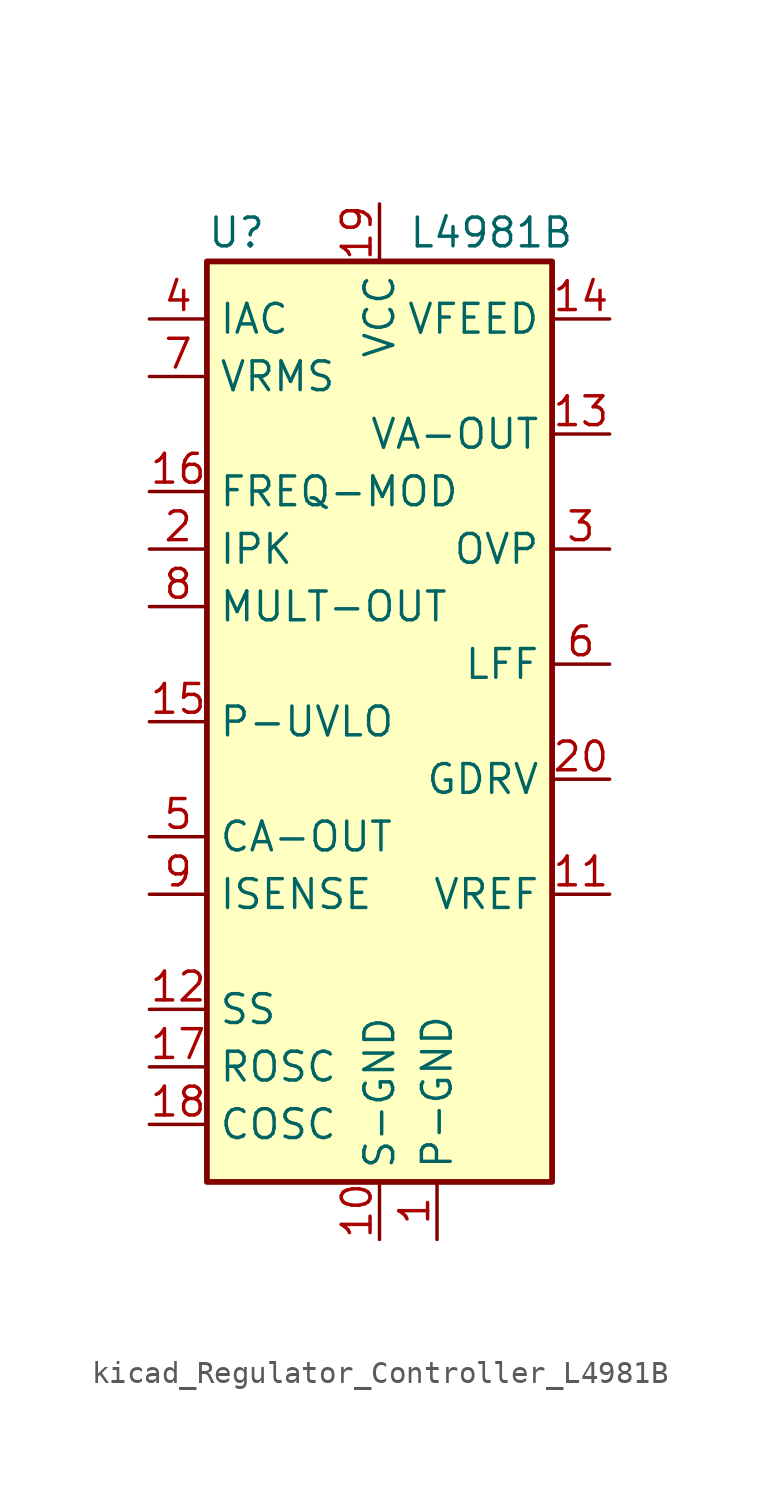
<source format=kicad_sym>
(kicad_symbol_lib
  (version 20220914)
  (generator kicad_symbol_editor)
  (symbol "kicad_Regulator_Controller_L4981B"
    (property "Reference" "U"
      (at -7.62 21.59 0)
      (effects (font (size 1.27 1.27)) (justify left)))
    (property "Value" "L4981B"
      (at 1.27 21.59 0)
      (effects (font (size 1.27 1.27)) (justify left)))
    (symbol "kicad_Regulator_Controller_L4981B_0_0"
      (rectangle (start -7.62 20.32) (end 7.62 -20.32) (stroke (width 0.254) (type default)) (fill (type background))))
    (symbol "kicad_Regulator_Controller_L4981B_1_1"
      (pin power_in line (at 2.54 -22.86 90) (length 2.54) (name "P-GND" (effects (font (size 1.27 1.27)))) (number "1" (effects (font (size 1.27 1.27)))))
      (pin power_in line (at 0 -22.86 90) (length 2.54) (name "S-GND" (effects (font (size 1.27 1.27)))) (number "10" (effects (font (size 1.27 1.27)))))
      (pin output line (at 10.16 -7.62 180) (length 2.54) (name "VREF" (effects (font (size 1.27 1.27)))) (number "11" (effects (font (size 1.27 1.27)))))
      (pin passive line (at -10.16 -12.7 0) (length 2.54) (name "SS" (effects (font (size 1.27 1.27)))) (number "12" (effects (font (size 1.27 1.27)))))
      (pin output line (at 10.16 12.7 180) (length 2.54) (name "VA-OUT" (effects (font (size 1.27 1.27)))) (number "13" (effects (font (size 1.27 1.27)))))
      (pin input line (at 10.16 17.78 180) (length 2.54) (name "VFEED" (effects (font (size 1.27 1.27)))) (number "14" (effects (font (size 1.27 1.27)))))
      (pin input line (at -10.16 0 0) (length 2.54) (name "P-UVLO" (effects (font (size 1.27 1.27)))) (number "15" (effects (font (size 1.27 1.27)))))
      (pin input line (at -10.16 10.16 0) (length 2.54) (name "FREQ-MOD" (effects (font (size 1.27 1.27)))) (number "16" (effects (font (size 1.27 1.27)))))
      (pin passive line (at -10.16 -15.24 0) (length 2.54) (name "ROSC" (effects (font (size 1.27 1.27)))) (number "17" (effects (font (size 1.27 1.27)))))
      (pin passive line (at -10.16 -17.78 0) (length 2.54) (name "COSC" (effects (font (size 1.27 1.27)))) (number "18" (effects (font (size 1.27 1.27)))))
      (pin power_in line (at 0 22.86 270) (length 2.54) (name "VCC" (effects (font (size 1.27 1.27)))) (number "19" (effects (font (size 1.27 1.27)))))
      (pin input line (at -10.16 7.62 0) (length 2.54) (name "IPK" (effects (font (size 1.27 1.27)))) (number "2" (effects (font (size 1.27 1.27)))))
      (pin output line (at 10.16 -2.54 180) (length 2.54) (name "GDRV" (effects (font (size 1.27 1.27)))) (number "20" (effects (font (size 1.27 1.27)))))
      (pin input line (at 10.16 7.62 180) (length 2.54) (name "OVP" (effects (font (size 1.27 1.27)))) (number "3" (effects (font (size 1.27 1.27)))))
      (pin input line (at -10.16 17.78 0) (length 2.54) (name "IAC" (effects (font (size 1.27 1.27)))) (number "4" (effects (font (size 1.27 1.27)))))
      (pin output line (at -10.16 -5.08 0) (length 2.54) (name "CA-OUT" (effects (font (size 1.27 1.27)))) (number "5" (effects (font (size 1.27 1.27)))))
      (pin input line (at 10.16 2.54 180) (length 2.54) (name "LFF" (effects (font (size 1.27 1.27)))) (number "6" (effects (font (size 1.27 1.27)))))
      (pin input line (at -10.16 15.24 0) (length 2.54) (name "VRMS" (effects (font (size 1.27 1.27)))) (number "7" (effects (font (size 1.27 1.27)))))
      (pin output line (at -10.16 5.08 0) (length 2.54) (name "MULT-OUT" (effects (font (size 1.27 1.27)))) (number "8" (effects (font (size 1.27 1.27)))))
      (pin input line (at -10.16 -7.62 0) (length 2.54) (name "ISENSE" (effects (font (size 1.27 1.27)))) (number "9" (effects (font (size 1.27 1.27))))))))
</source>
